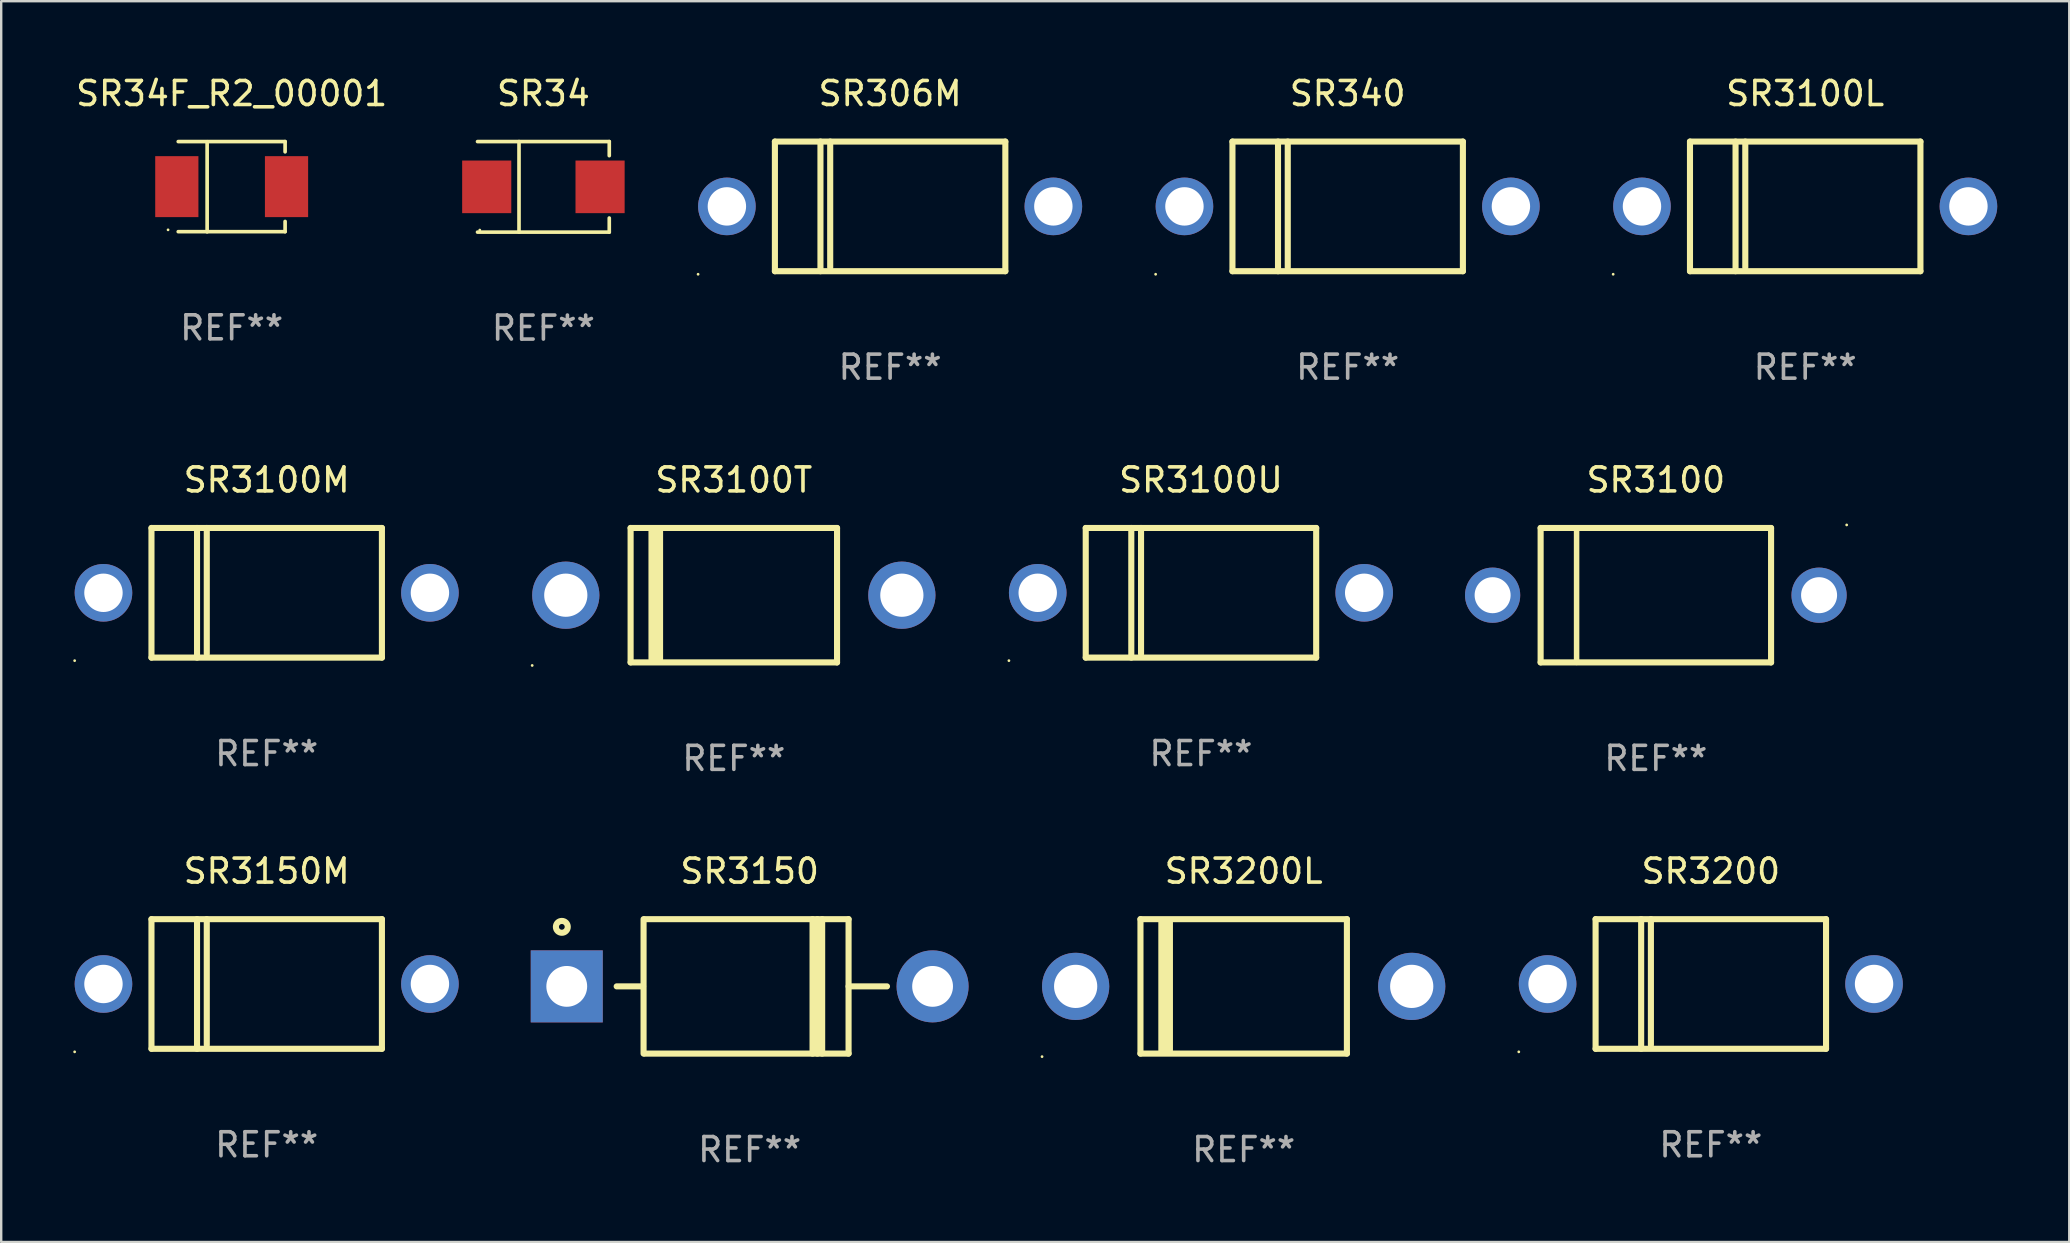
<source format=kicad_pcb>
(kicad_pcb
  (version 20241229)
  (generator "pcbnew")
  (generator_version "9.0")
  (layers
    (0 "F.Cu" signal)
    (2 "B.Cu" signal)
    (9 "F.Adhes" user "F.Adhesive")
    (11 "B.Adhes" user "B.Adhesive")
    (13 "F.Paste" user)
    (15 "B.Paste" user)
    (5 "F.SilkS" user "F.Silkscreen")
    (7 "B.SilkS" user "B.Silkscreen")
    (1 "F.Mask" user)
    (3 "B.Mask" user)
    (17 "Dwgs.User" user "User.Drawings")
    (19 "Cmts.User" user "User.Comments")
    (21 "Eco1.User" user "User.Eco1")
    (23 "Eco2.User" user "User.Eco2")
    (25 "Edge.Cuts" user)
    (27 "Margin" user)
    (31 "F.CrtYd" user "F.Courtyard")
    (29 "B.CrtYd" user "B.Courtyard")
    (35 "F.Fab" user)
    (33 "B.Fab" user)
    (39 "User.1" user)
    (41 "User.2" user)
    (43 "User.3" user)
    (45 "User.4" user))
  (footprint "SR3100T"
    (layer "F.Cu")
    (at 27.52 21.745)
    (property "Reference" "SR3100T" (at 0 -4.8 0) (layer "F.SilkS") (effects (font (size 1 1) (thickness 0.15))))
    (attr through_hole)
    (fp_line (start -4.3 -2.8) (end -4.3 2.8) (stroke (width 0.254) (type solid)) (layer "F.SilkS"))
    (fp_line (start -4.3 -2.8) (end 4.3 -2.8) (stroke (width 0.254) (type solid)) (layer "F.SilkS"))
    (fp_line (start -4.3 2.8) (end 4.3 2.8) (stroke (width 0.254) (type solid)) (layer "F.SilkS"))
    (fp_line (start -3.442 2.667) (end -3.442 -2.667) (stroke (width 0.229) (type solid)) (layer "F.SilkS"))
    (fp_line (start -3.315 2.667) (end -3.315 -2.667) (stroke (width 0.229) (type solid)) (layer "F.SilkS"))
    (fp_line (start -3.188 2.667) (end -3.188 -2.667) (stroke (width 0.229) (type solid)) (layer "F.SilkS"))
    (fp_line (start -3.061 2.667) (end -3.061 -2.667) (stroke (width 0.229) (type solid)) (layer "F.SilkS"))
    (fp_line (start 4.3 -2.8) (end 4.3 2.8) (stroke (width 0.254) (type solid)) (layer "F.SilkS"))
    (fp_circle (center -8.4 2.927) (end -8.37 2.927) (stroke (width 0.06) (type solid)) (fill no) (layer "F.SilkS"))
    (fp_text user "REF**" (at 0 6.8 0) (layer "F.Fab") (effects (font (size 1 1) (thickness 0.15))))
    (pad "1" thru_hole circle (at -7 0) (size 2.8 2.8) (drill 1.8) (layers "*.Cu" "*.Mask"))
    (pad "2" thru_hole circle (at 7 0) (size 2.8 2.8) (drill 1.8) (layers "*.Cu" "*.Mask")))
  (footprint "SR340"
    (layer "F.Cu")
    (at 53.092 5.548)
    (property "Reference" "SR340" (at 0 -4.7 0) (layer "F.SilkS") (effects (font (size 1 1) (thickness 0.15))))
    (attr through_hole)
    (fp_line (start -4.8 -2.7) (end -4.8 2.7) (stroke (width 0.254) (type solid)) (layer "F.SilkS"))
    (fp_line (start -4.8 -2.7) (end 4.8 -2.7) (stroke (width 0.254) (type solid)) (layer "F.SilkS"))
    (fp_line (start -2.902 -2.7) (end -2.902 2.7) (stroke (width 0.254) (type solid)) (layer "F.SilkS"))
    (fp_line (start -2.496 -2.7) (end -2.496 2.54) (stroke (width 0.254) (type solid)) (layer "F.SilkS"))
    (fp_line (start 4.8 -2.7) (end 4.8 2.7) (stroke (width 0.254) (type solid)) (layer "F.SilkS"))
    (fp_line (start 4.8 2.7) (end -4.8 2.7) (stroke (width 0.254) (type solid)) (layer "F.SilkS"))
    (fp_circle (center -8 2.827) (end -7.97 2.827) (stroke (width 0.06) (type solid)) (fill no) (layer "F.SilkS"))
    (fp_text user "REF**" (at 0 6.7 0) (layer "F.Fab") (effects (font (size 1 1) (thickness 0.15))))
    (pad "1" thru_hole circle (at -6.8 0) (size 2.4 2.4) (drill 1.6) (layers "*.Cu" "*.Mask"))
    (pad "2" thru_hole circle (at 6.8 0) (size 2.4 2.4) (drill 1.6) (layers "*.Cu" "*.Mask")))
  (footprint "SR3100L"
    (layer "F.Cu")
    (at 72.152 5.548)
    (property "Reference" "SR3100L" (at 0 -4.7 0) (layer "F.SilkS") (effects (font (size 1 1) (thickness 0.15))))
    (attr through_hole)
    (fp_line (start -4.8 -2.7) (end -4.8 2.7) (stroke (width 0.254) (type solid)) (layer "F.SilkS"))
    (fp_line (start -4.8 -2.7) (end 4.8 -2.7) (stroke (width 0.254) (type solid)) (layer "F.SilkS"))
    (fp_line (start -2.902 -2.7) (end -2.902 2.7) (stroke (width 0.254) (type solid)) (layer "F.SilkS"))
    (fp_line (start -2.496 -2.7) (end -2.496 2.54) (stroke (width 0.254) (type solid)) (layer "F.SilkS"))
    (fp_line (start 4.8 -2.7) (end 4.8 2.7) (stroke (width 0.254) (type solid)) (layer "F.SilkS"))
    (fp_line (start 4.8 2.7) (end -4.8 2.7) (stroke (width 0.254) (type solid)) (layer "F.SilkS"))
    (fp_circle (center -8 2.827) (end -7.97 2.827) (stroke (width 0.06) (type solid)) (fill no) (layer "F.SilkS"))
    (fp_text user "REF**" (at 0 6.7 0) (layer "F.Fab") (effects (font (size 1 1) (thickness 0.15))))
    (pad "1" thru_hole circle (at -6.8 0) (size 2.4 2.4) (drill 1.6) (layers "*.Cu" "*.Mask"))
    (pad "2" thru_hole circle (at 6.8 0) (size 2.4 2.4) (drill 1.6) (layers "*.Cu" "*.Mask")))
  (footprint "SR3150M"
    (layer "F.Cu")
    (at 8.06 37.941)
    (property "Reference" "SR3150M" (at 0 -4.7 0) (layer "F.SilkS") (effects (font (size 1 1) (thickness 0.15))))
    (attr through_hole)
    (fp_line (start -4.8 -2.7) (end -4.8 2.7) (stroke (width 0.254) (type solid)) (layer "F.SilkS"))
    (fp_line (start -4.8 -2.7) (end 4.8 -2.7) (stroke (width 0.254) (type solid)) (layer "F.SilkS"))
    (fp_line (start -2.902 -2.7) (end -2.902 2.7) (stroke (width 0.254) (type solid)) (layer "F.SilkS"))
    (fp_line (start -2.496 -2.7) (end -2.496 2.54) (stroke (width 0.254) (type solid)) (layer "F.SilkS"))
    (fp_line (start 4.8 -2.7) (end 4.8 2.7) (stroke (width 0.254) (type solid)) (layer "F.SilkS"))
    (fp_line (start 4.8 2.7) (end -4.8 2.7) (stroke (width 0.254) (type solid)) (layer "F.SilkS"))
    (fp_circle (center -8 2.827) (end -7.97 2.827) (stroke (width 0.06) (type solid)) (fill no) (layer "F.SilkS"))
    (fp_text user "REF**" (at 0 6.7 0) (layer "F.Fab") (effects (font (size 1 1) (thickness 0.15))))
    (pad "1" thru_hole circle (at -6.8 0) (size 2.4 2.4) (drill 1.6) (layers "*.Cu" "*.Mask"))
    (pad "2" thru_hole circle (at 6.8 0) (size 2.4 2.4) (drill 1.6) (layers "*.Cu" "*.Mask")))
  (footprint "SR34F_R2_00001"
    (layer "F.Cu")
    (at 6.601 4.728)
    (property "Reference" "SR34F_R2_00001" (at 0 -3.88 0) (layer "F.SilkS") (effects (font (size 1 1) (thickness 0.15))))
    (attr through_hole)
    (fp_line (start -2.226 -1.88) (end 2.226 -1.88) (stroke (width 0.152) (type solid)) (layer "F.SilkS"))
    (fp_line (start -2.226 1.873) (end 2.226 1.873) (stroke (width 0.152) (type solid)) (layer "F.SilkS"))
    (fp_line (start -1.022 -1.873) (end -1.022 1.88) (stroke (width 0.152) (type solid)) (layer "F.SilkS"))
    (fp_line (start 2.226 -1.88) (end 2.226 -1.453) (stroke (width 0.152) (type solid)) (layer "F.SilkS"))
    (fp_line (start 2.226 1.447) (end 2.226 1.873) (stroke (width 0.152) (type solid)) (layer "F.SilkS"))
    (fp_circle (center -2.65 1.797) (end -2.62 1.797) (stroke (width 0.06) (type solid)) (fill no) (layer "F.SilkS"))
    (fp_text user "REF**" (at 0 5.88 0) (layer "F.Fab") (effects (font (size 1 1) (thickness 0.15))))
    (pad "1" smd rect (at -2.285 -0.003) (size 1.8 2.54) (layers "F.Cu" "F.Mask" "F.Paste"))
    (pad "2" smd rect (at 2.285 -0.003) (size 1.8 2.54) (layers "F.Cu" "F.Mask" "F.Paste")))
  (footprint "SR34"
    (layer "F.Cu")
    (at 19.587 4.734)
    (property "Reference" "SR34" (at 0 -3.886 0) (layer "F.SilkS") (effects (font (size 1 1) (thickness 0.15))))
    (attr through_hole)
    (fp_line (start -2.744 -1.886) (end 2.744 -1.886) (stroke (width 0.152) (type solid)) (layer "F.SilkS"))
    (fp_line (start -2.744 1.886) (end 2.744 1.886) (stroke (width 0.152) (type solid)) (layer "F.SilkS"))
    (fp_line (start -1.016 -1.886) (end -1.016 1.886) (stroke (width 0.152) (type solid)) (layer "F.SilkS"))
    (fp_line (start 2.744 -1.886) (end 2.744 -1.299) (stroke (width 0.152) (type solid)) (layer "F.SilkS"))
    (fp_line (start 2.744 1.886) (end 2.744 1.299) (stroke (width 0.152) (type solid)) (layer "F.SilkS"))
    (fp_circle (center -2.65 1.8) (end -2.62 1.8) (stroke (width 0.06) (type solid)) (fill no) (layer "F.SilkS"))
    (fp_text user "REF**" (at 0 5.886 0) (layer "F.Fab") (effects (font (size 1 1) (thickness 0.15))))
    (pad "1" smd rect (at -2.361 0) (size 2.047 2.192) (layers "F.Cu" "F.Mask" "F.Paste"))
    (pad "2" smd rect (at 2.361 0) (size 2.047 2.192) (layers "F.Cu" "F.Mask" "F.Paste")))
  (footprint "SR306M"
    (layer "F.Cu")
    (at 34.031 5.548)
    (property "Reference" "SR306M" (at 0 -4.7 0) (layer "F.SilkS") (effects (font (size 1 1) (thickness 0.15))))
    (attr through_hole)
    (fp_line (start -4.8 -2.7) (end -4.8 2.7) (stroke (width 0.254) (type solid)) (layer "F.SilkS"))
    (fp_line (start -4.8 -2.7) (end 4.8 -2.7) (stroke (width 0.254) (type solid)) (layer "F.SilkS"))
    (fp_line (start -2.902 -2.7) (end -2.902 2.7) (stroke (width 0.254) (type solid)) (layer "F.SilkS"))
    (fp_line (start -2.496 -2.7) (end -2.496 2.54) (stroke (width 0.254) (type solid)) (layer "F.SilkS"))
    (fp_line (start 4.8 -2.7) (end 4.8 2.7) (stroke (width 0.254) (type solid)) (layer "F.SilkS"))
    (fp_line (start 4.8 2.7) (end -4.8 2.7) (stroke (width 0.254) (type solid)) (layer "F.SilkS"))
    (fp_circle (center -8 2.827) (end -7.97 2.827) (stroke (width 0.06) (type solid)) (fill no) (layer "F.SilkS"))
    (fp_text user "REF**" (at 0 6.7 0) (layer "F.Fab") (effects (font (size 1 1) (thickness 0.15))))
    (pad "1" thru_hole circle (at -6.8 0) (size 2.4 2.4) (drill 1.6) (layers "*.Cu" "*.Mask"))
    (pad "2" thru_hole circle (at 6.8 0) (size 2.4 2.4) (drill 1.6) (layers "*.Cu" "*.Mask")))
  (footprint "SR3200L"
    (layer "F.Cu")
    (at 48.76 38.041)
    (property "Reference" "SR3200L" (at 0 -4.8 0) (layer "F.SilkS") (effects (font (size 1 1) (thickness 0.15))))
    (attr through_hole)
    (fp_line (start -4.3 -2.8) (end -4.3 2.8) (stroke (width 0.254) (type solid)) (layer "F.SilkS"))
    (fp_line (start -4.3 -2.8) (end 4.3 -2.8) (stroke (width 0.254) (type solid)) (layer "F.SilkS"))
    (fp_line (start -4.3 2.8) (end 4.3 2.8) (stroke (width 0.254) (type solid)) (layer "F.SilkS"))
    (fp_line (start -3.442 2.667) (end -3.442 -2.667) (stroke (width 0.229) (type solid)) (layer "F.SilkS"))
    (fp_line (start -3.315 2.667) (end -3.315 -2.667) (stroke (width 0.229) (type solid)) (layer "F.SilkS"))
    (fp_line (start -3.188 2.667) (end -3.188 -2.667) (stroke (width 0.229) (type solid)) (layer "F.SilkS"))
    (fp_line (start -3.061 2.667) (end -3.061 -2.667) (stroke (width 0.229) (type solid)) (layer "F.SilkS"))
    (fp_line (start 4.3 -2.8) (end 4.3 2.8) (stroke (width 0.254) (type solid)) (layer "F.SilkS"))
    (fp_circle (center -8.4 2.927) (end -8.37 2.927) (stroke (width 0.06) (type solid)) (fill no) (layer "F.SilkS"))
    (fp_text user "REF**" (at 0 6.8 0) (layer "F.Fab") (effects (font (size 1 1) (thickness 0.15))))
    (pad "1" thru_hole circle (at -7 0) (size 2.8 2.8) (drill 1.8) (layers "*.Cu" "*.Mask"))
    (pad "2" thru_hole circle (at 7 0) (size 2.8 2.8) (drill 1.8) (layers "*.Cu" "*.Mask")))
  (footprint "SR3200"
    (layer "F.Cu")
    (at 68.22 37.941)
    (property "Reference" "SR3200" (at 0 -4.7 0) (layer "F.SilkS") (effects (font (size 1 1) (thickness 0.15))))
    (attr through_hole)
    (fp_line (start -4.8 -2.7) (end -4.8 2.7) (stroke (width 0.254) (type solid)) (layer "F.SilkS"))
    (fp_line (start -4.8 -2.7) (end 4.8 -2.7) (stroke (width 0.254) (type solid)) (layer "F.SilkS"))
    (fp_line (start -2.902 -2.7) (end -2.902 2.7) (stroke (width 0.254) (type solid)) (layer "F.SilkS"))
    (fp_line (start -2.496 -2.7) (end -2.496 2.54) (stroke (width 0.254) (type solid)) (layer "F.SilkS"))
    (fp_line (start 4.8 -2.7) (end 4.8 2.7) (stroke (width 0.254) (type solid)) (layer "F.SilkS"))
    (fp_line (start 4.8 2.7) (end -4.8 2.7) (stroke (width 0.254) (type solid)) (layer "F.SilkS"))
    (fp_circle (center -8 2.827) (end -7.97 2.827) (stroke (width 0.06) (type solid)) (fill no) (layer "F.SilkS"))
    (fp_text user "REF**" (at 0 6.7 0) (layer "F.Fab") (effects (font (size 1 1) (thickness 0.15))))
    (pad "1" thru_hole circle (at -6.8 0) (size 2.4 2.4) (drill 1.6) (layers "*.Cu" "*.Mask"))
    (pad "2" thru_hole circle (at 6.8 0) (size 2.4 2.4) (drill 1.6) (layers "*.Cu" "*.Mask")))
  (footprint "SR3100"
    (layer "F.Cu")
    (at 65.93 21.745)
    (property "Reference" "SR3100" (at 0 -4.8 0) (layer "F.SilkS") (effects (font (size 1 1) (thickness 0.15))))
    (attr through_hole)
    (fp_line (start -4.8 -2.8) (end -4.8 2.8) (stroke (width 0.254) (type solid)) (layer "F.SilkS"))
    (fp_line (start -4.8 -2.8) (end 4.8 -2.8) (stroke (width 0.254) (type solid)) (layer "F.SilkS"))
    (fp_line (start -4.8 2.8) (end 4.8 2.8) (stroke (width 0.254) (type solid)) (layer "F.SilkS"))
    (fp_line (start -3.302 2.8) (end -3.302 -2.8) (stroke (width 0.229) (type solid)) (layer "F.SilkS"))
    (fp_line (start 4.8 -2.8) (end 4.8 2.8) (stroke (width 0.254) (type solid)) (layer "F.SilkS"))
    (fp_circle (center 7.95 -2.927) (end 7.98 -2.927) (stroke (width 0.06) (type solid)) (fill no) (layer "F.SilkS"))
    (fp_text user "REF**" (at 0 6.8 0) (layer "F.Fab") (effects (font (size 1 1) (thickness 0.15))))
    (pad "1" thru_hole circle (at -6.8 0) (size 2.3 2.3) (drill 1.5) (layers "*.Cu" "*.Mask"))
    (pad "2" thru_hole circle (at 6.8 0) (size 2.3 2.3) (drill 1.5) (layers "*.Cu" "*.Mask")))
  (footprint "SR3100U"
    (layer "F.Cu")
    (at 46.98 21.645)
    (property "Reference" "SR3100U" (at 0 -4.7 0) (layer "F.SilkS") (effects (font (size 1 1) (thickness 0.15))))
    (attr through_hole)
    (fp_line (start -4.8 -2.7) (end -4.8 2.7) (stroke (width 0.254) (type solid)) (layer "F.SilkS"))
    (fp_line (start -4.8 -2.7) (end 4.8 -2.7) (stroke (width 0.254) (type solid)) (layer "F.SilkS"))
    (fp_line (start -2.902 -2.7) (end -2.902 2.7) (stroke (width 0.254) (type solid)) (layer "F.SilkS"))
    (fp_line (start -2.496 -2.7) (end -2.496 2.54) (stroke (width 0.254) (type solid)) (layer "F.SilkS"))
    (fp_line (start 4.8 -2.7) (end 4.8 2.7) (stroke (width 0.254) (type solid)) (layer "F.SilkS"))
    (fp_line (start 4.8 2.7) (end -4.8 2.7) (stroke (width 0.254) (type solid)) (layer "F.SilkS"))
    (fp_circle (center -8 2.827) (end -7.97 2.827) (stroke (width 0.06) (type solid)) (fill no) (layer "F.SilkS"))
    (fp_text user "REF**" (at 0 6.7 0) (layer "F.Fab") (effects (font (size 1 1) (thickness 0.15))))
    (pad "1" thru_hole circle (at -6.8 0) (size 2.4 2.4) (drill 1.6) (layers "*.Cu" "*.Mask"))
    (pad "2" thru_hole circle (at 6.8 0) (size 2.4 2.4) (drill 1.6) (layers "*.Cu" "*.Mask")))
  (footprint "SR3150"
    (layer "F.Cu")
    (at 28.18 38.041)
    (property "Reference" "SR3150" (at 0 -4.8 0) (layer "F.SilkS") (effects (font (size 1 1) (thickness 0.15))))
    (attr through_hole)
    (fp_line (start -5.54 0) (end -4.44 0) (stroke (width 0.254) (type solid)) (layer "F.SilkS"))
    (fp_line (start -4.42 2.8) (end -4.42 -2.8) (stroke (width 0.254) (type solid)) (layer "F.SilkS"))
    (fp_line (start -4.38 -2.8) (end 4.12 -2.8) (stroke (width 0.254) (type solid)) (layer "F.SilkS"))
    (fp_line (start 2.62 -2.8) (end 2.62 2.8) (stroke (width 0.254) (type solid)) (layer "F.SilkS"))
    (fp_line (start 2.82 -2.8) (end 2.82 2.8) (stroke (width 0.254) (type solid)) (layer "F.SilkS"))
    (fp_line (start 3.02 -2.8) (end 3.02 2.8) (stroke (width 0.254) (type solid)) (layer "F.SilkS"))
    (fp_line (start 4.12 -2.8) (end 4.12 2.8) (stroke (width 0.254) (type solid)) (layer "F.SilkS"))
    (fp_line (start 4.12 0) (end 5.72 0) (stroke (width 0.254) (type solid)) (layer "F.SilkS"))
    (fp_line (start 4.12 2.8) (end -4.38 2.8) (stroke (width 0.254) (type solid)) (layer "F.SilkS"))
    (fp_circle (center -7.825 -2.48) (end -7.705 -2.48) (stroke (width 0.254) (type solid)) (fill no) (layer "F.SilkS"))
    (fp_text user "REF**" (at 0 6.8 0) (layer "F.Fab") (effects (font (size 1 1) (thickness 0.15))))
    (pad "1" thru_hole rect (at -7.62 0 180) (size 3 3) (drill 1.7) (layers "*.Cu" "*.Mask"))
    (pad "2" thru_hole circle (at 7.62 0) (size 3 3) (drill 1.7) (layers "*.Cu" "*.Mask")))
  (footprint "SR3100M"
    (layer "F.Cu")
    (at 8.06 21.645)
    (property "Reference" "SR3100M" (at 0 -4.7 0) (layer "F.SilkS") (effects (font (size 1 1) (thickness 0.15))))
    (attr through_hole)
    (fp_line (start -4.8 -2.7) (end -4.8 2.7) (stroke (width 0.254) (type solid)) (layer "F.SilkS"))
    (fp_line (start -4.8 -2.7) (end 4.8 -2.7) (stroke (width 0.254) (type solid)) (layer "F.SilkS"))
    (fp_line (start -2.902 -2.7) (end -2.902 2.7) (stroke (width 0.254) (type solid)) (layer "F.SilkS"))
    (fp_line (start -2.496 -2.7) (end -2.496 2.54) (stroke (width 0.254) (type solid)) (layer "F.SilkS"))
    (fp_line (start 4.8 -2.7) (end 4.8 2.7) (stroke (width 0.254) (type solid)) (layer "F.SilkS"))
    (fp_line (start 4.8 2.7) (end -4.8 2.7) (stroke (width 0.254) (type solid)) (layer "F.SilkS"))
    (fp_circle (center -8 2.827) (end -7.97 2.827) (stroke (width 0.06) (type solid)) (fill no) (layer "F.SilkS"))
    (fp_text user "REF**" (at 0 6.7 0) (layer "F.Fab") (effects (font (size 1 1) (thickness 0.15))))
    (pad "1" thru_hole circle (at -6.8 0) (size 2.4 2.4) (drill 1.6) (layers "*.Cu" "*.Mask"))
    (pad "2" thru_hole circle (at 6.8 0) (size 2.4 2.4) (drill 1.6) (layers "*.Cu" "*.Mask")))
  (gr_rect
    (start -3 -3)
    (end 83.152 48.69)
    (stroke (width 0.1) (type default))
    (fill no)
    (layer "Edge.Cuts")))
</source>
